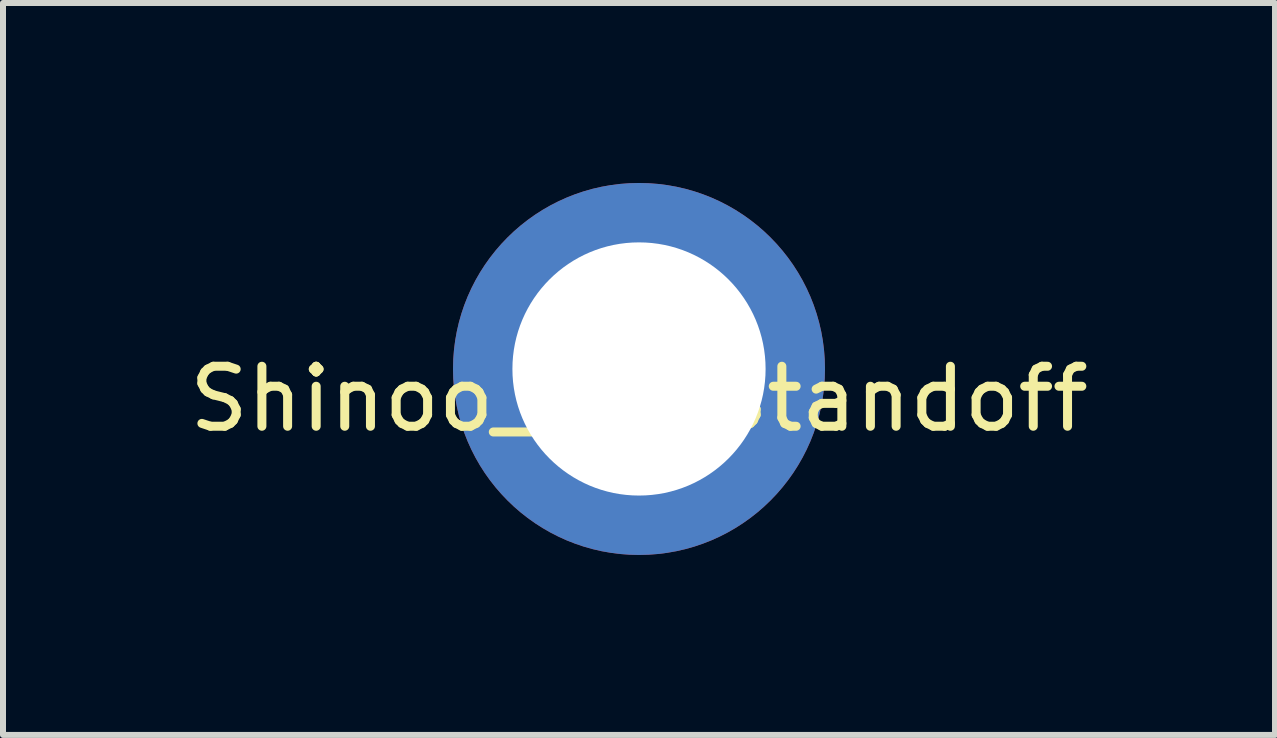
<source format=kicad_pcb>
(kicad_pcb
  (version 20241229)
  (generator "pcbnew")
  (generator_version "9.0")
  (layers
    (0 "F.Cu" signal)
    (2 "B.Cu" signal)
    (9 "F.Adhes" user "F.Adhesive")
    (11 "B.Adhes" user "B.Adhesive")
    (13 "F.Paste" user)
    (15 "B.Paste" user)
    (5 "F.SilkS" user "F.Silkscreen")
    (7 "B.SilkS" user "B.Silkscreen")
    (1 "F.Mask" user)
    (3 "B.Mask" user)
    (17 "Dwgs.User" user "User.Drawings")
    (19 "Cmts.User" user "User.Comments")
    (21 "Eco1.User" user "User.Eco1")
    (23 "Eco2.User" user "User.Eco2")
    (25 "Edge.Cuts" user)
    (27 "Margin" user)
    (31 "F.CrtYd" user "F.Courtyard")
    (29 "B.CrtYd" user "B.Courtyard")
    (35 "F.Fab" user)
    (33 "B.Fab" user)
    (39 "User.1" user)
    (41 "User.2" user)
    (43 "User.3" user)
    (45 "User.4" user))
  (footprint "Shinoo_M3_Standoff"
    (layer "F.Cu")
    (at 7.601 3.1)
    (property "Reference" "Shinoo_M3_Standoff" (at 0 0.5 0) (layer "F.SilkS") (effects (font (size 1 1) (thickness 0.15))))
    (attr through_hole)
    (pad "1" thru_hole circle (at 0 0) (size 6.2 6.2) (drill 4.22) (layers "*.Cu" "*.Mask")))
  (gr_rect
    (start -3 -3)
    (end 18.202 9.2)
    (stroke (width 0.1) (type default))
    (fill no)
    (layer "Edge.Cuts")))
</source>
